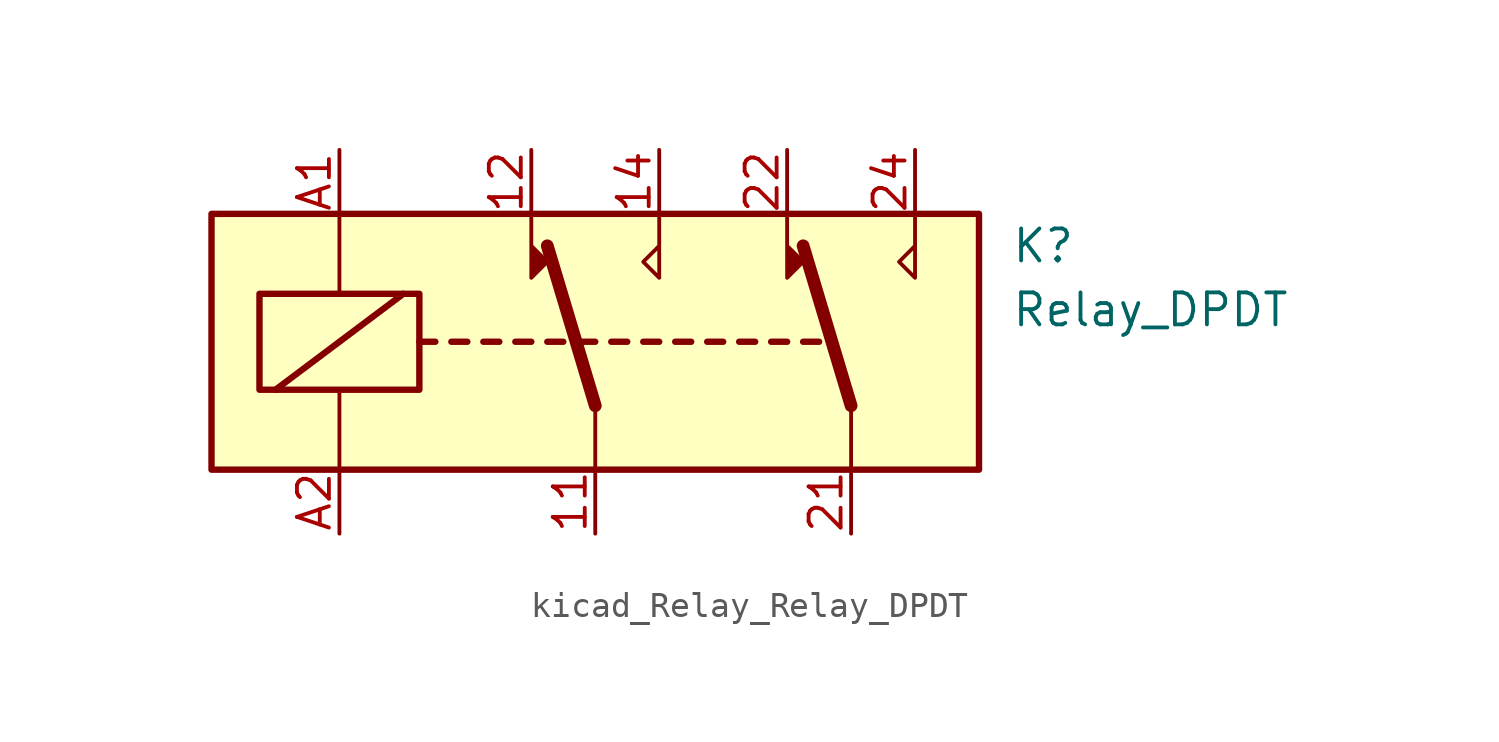
<source format=kicad_sym>
(kicad_symbol_lib
  (version 20220914)
  (generator kicad_symbol_editor)
  (symbol "kicad_Relay_Relay_DPDT"
    (property "Reference" "K"
      (at 16.51 3.81 0)
      (effects (font (size 1.27 1.27)) (justify left)))
    (property "Value" "Relay_DPDT"
      (at 16.51 1.27 0)
      (effects (font (size 1.27 1.27)) (justify left)))
    (symbol "kicad_Relay_Relay_DPDT_0_1"
      (rectangle (start -15.24 5.08) (end 15.24 -5.08) (stroke (width 0.254) (type default)) (fill (type background)))
      (rectangle (start -13.335 1.905) (end -6.985 -1.905) (stroke (width 0.254) (type default)) (fill (type none)))
      (polyline (pts (xy -12.7 -1.905) (xy -7.62 1.905)) (stroke (width 0.254) (type default)) (fill (type none)))
      (polyline (pts (xy -10.16 -5.08) (xy -10.16 -1.905)) (stroke (width 0) (type default)) (fill (type none)))
      (polyline (pts (xy -10.16 5.08) (xy -10.16 1.905)) (stroke (width 0) (type default)) (fill (type none)))
      (polyline (pts (xy -6.985 0) (xy -6.35 0)) (stroke (width 0.254) (type default)) (fill (type none)))
      (polyline (pts (xy -5.715 0) (xy -5.08 0)) (stroke (width 0.254) (type default)) (fill (type none)))
      (polyline (pts (xy -4.445 0) (xy -3.81 0)) (stroke (width 0.254) (type default)) (fill (type none)))
      (polyline (pts (xy -3.175 0) (xy -2.54 0)) (stroke (width 0.254) (type default)) (fill (type none)))
      (polyline (pts (xy -1.905 0) (xy -1.27 0)) (stroke (width 0.254) (type default)) (fill (type none)))
      (polyline (pts (xy -0.635 0) (xy 0 0)) (stroke (width 0.254) (type default)) (fill (type none)))
      (polyline (pts (xy 0 -2.54) (xy -1.905 3.81)) (stroke (width 0.508) (type default)) (fill (type none)))
      (polyline (pts (xy 0 -2.54) (xy 0 -5.08)) (stroke (width 0) (type default)) (fill (type none)))
      (polyline (pts (xy 0.635 0) (xy 1.27 0)) (stroke (width 0.254) (type default)) (fill (type none)))
      (polyline (pts (xy 1.905 0) (xy 2.54 0)) (stroke (width 0.254) (type default)) (fill (type none)))
      (polyline (pts (xy 3.175 0) (xy 3.81 0)) (stroke (width 0.254) (type default)) (fill (type none)))
      (polyline (pts (xy 4.445 0) (xy 5.08 0)) (stroke (width 0.254) (type default)) (fill (type none)))
      (polyline (pts (xy 5.715 0) (xy 6.35 0)) (stroke (width 0.254) (type default)) (fill (type none)))
      (polyline (pts (xy 6.985 0) (xy 7.62 0)) (stroke (width 0.254) (type default)) (fill (type none)))
      (polyline (pts (xy 8.255 0) (xy 8.89 0)) (stroke (width 0.254) (type default)) (fill (type none)))
      (polyline (pts (xy 10.16 -2.54) (xy 8.255 3.81)) (stroke (width 0.508) (type default)) (fill (type none)))
      (polyline (pts (xy 10.16 -2.54) (xy 10.16 -5.08)) (stroke (width 0) (type default)) (fill (type none)))
      (polyline (pts (xy -2.54 5.08) (xy -2.54 2.54) (xy -1.905 3.175) (xy -2.54 3.81)) (stroke (width 0) (type default)) (fill (type outline)))
      (polyline (pts (xy 2.54 5.08) (xy 2.54 2.54) (xy 1.905 3.175) (xy 2.54 3.81)) (stroke (width 0) (type default)) (fill (type none)))
      (polyline (pts (xy 7.62 5.08) (xy 7.62 2.54) (xy 8.255 3.175) (xy 7.62 3.81)) (stroke (width 0) (type default)) (fill (type outline)))
      (polyline (pts (xy 12.7 5.08) (xy 12.7 2.54) (xy 12.065 3.175) (xy 12.7 3.81)) (stroke (width 0) (type default)) (fill (type none))))
    (symbol "kicad_Relay_Relay_DPDT_1_1"
      (pin passive line (at 0 -7.62 90) (length 2.54) (name "~" (effects (font (size 1.27 1.27)))) (number "11" (effects (font (size 1.27 1.27)))))
      (pin passive line (at -2.54 7.62 270) (length 2.54) (name "~" (effects (font (size 1.27 1.27)))) (number "12" (effects (font (size 1.27 1.27)))))
      (pin passive line (at 2.54 7.62 270) (length 2.54) (name "~" (effects (font (size 1.27 1.27)))) (number "14" (effects (font (size 1.27 1.27)))))
      (pin passive line (at 10.16 -7.62 90) (length 2.54) (name "~" (effects (font (size 1.27 1.27)))) (number "21" (effects (font (size 1.27 1.27)))))
      (pin passive line (at 7.62 7.62 270) (length 2.54) (name "~" (effects (font (size 1.27 1.27)))) (number "22" (effects (font (size 1.27 1.27)))))
      (pin passive line (at 12.7 7.62 270) (length 2.54) (name "~" (effects (font (size 1.27 1.27)))) (number "24" (effects (font (size 1.27 1.27)))))
      (pin passive line (at -10.16 7.62 270) (length 2.54) (name "~" (effects (font (size 1.27 1.27)))) (number "A1" (effects (font (size 1.27 1.27)))))
      (pin passive line (at -10.16 -7.62 90) (length 2.54) (name "~" (effects (font (size 1.27 1.27)))) (number "A2" (effects (font (size 1.27 1.27))))))))
</source>
